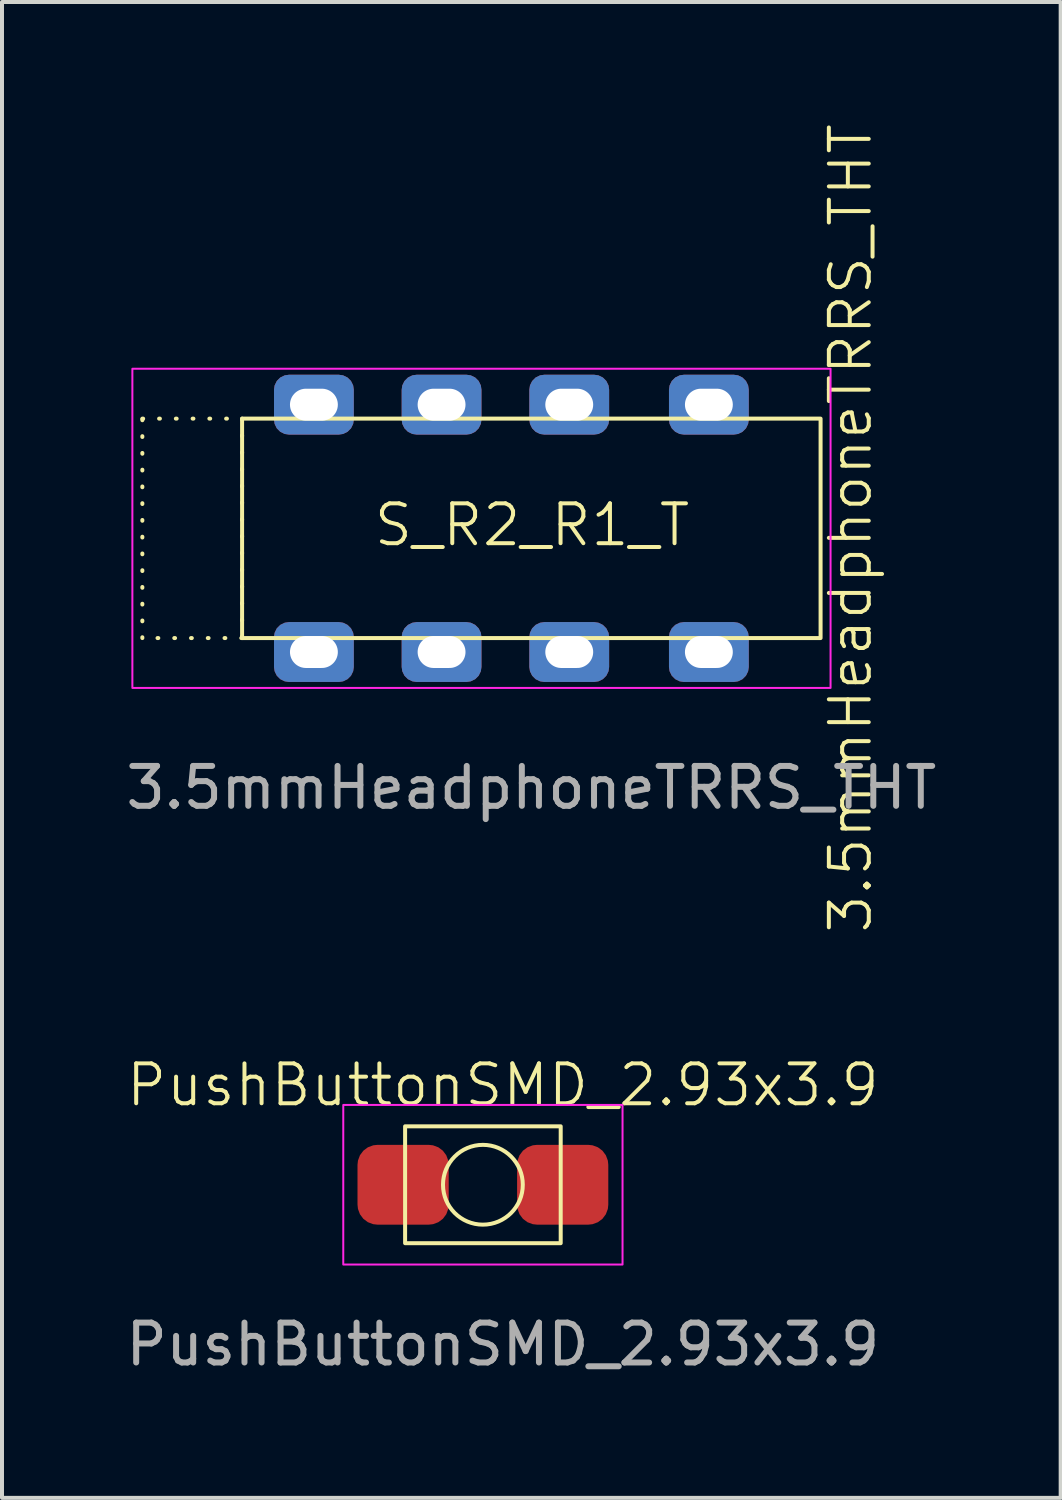
<source format=kicad_pcb>
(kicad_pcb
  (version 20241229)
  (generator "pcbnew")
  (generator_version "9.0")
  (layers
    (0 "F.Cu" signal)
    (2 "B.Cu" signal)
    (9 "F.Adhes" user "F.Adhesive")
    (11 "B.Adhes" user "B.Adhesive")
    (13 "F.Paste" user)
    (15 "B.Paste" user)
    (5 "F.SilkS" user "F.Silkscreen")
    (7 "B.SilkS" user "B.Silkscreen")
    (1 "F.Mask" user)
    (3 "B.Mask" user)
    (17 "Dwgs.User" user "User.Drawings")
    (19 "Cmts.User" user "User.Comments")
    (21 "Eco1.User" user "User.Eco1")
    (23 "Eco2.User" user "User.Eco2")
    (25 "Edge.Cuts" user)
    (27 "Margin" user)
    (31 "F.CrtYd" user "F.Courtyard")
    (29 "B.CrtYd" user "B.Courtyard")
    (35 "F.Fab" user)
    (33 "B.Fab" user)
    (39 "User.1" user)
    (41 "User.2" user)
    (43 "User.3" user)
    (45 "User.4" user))
  (footprint "PushButtonSMD_2.93x3.9"
    (layer "F.Cu")
    (at 9.054 26.646)
    (property "Reference" "PushButtonSMD_2.93x3.9" (at 0.5 -2.5 0) (unlocked yes) (layer "F.SilkS") (effects (font (size 1 1) (thickness 0.1))))
    (attr smd)
    (fp_rect (start -1.95 -1.465) (end 1.95 1.465) (stroke (width 0.1) (type default)) (fill no) (layer "F.SilkS"))
    (fp_circle (center 0 0) (end 1 0) (stroke (width 0.1) (type default)) (fill no) (layer "F.SilkS"))
    (fp_rect (start -3.5 -2) (end 3.5 2) (stroke (width 0.05) (type default)) (fill no) (layer "F.CrtYd"))
    (fp_text user "${REFERENCE}" (at 0.5 4 0) (unlocked yes) (layer "F.Fab") (effects (font (size 1 1) (thickness 0.15))))
    (pad "1" smd roundrect (at -2 0) (size 2.286 2) (layers "F.Cu" "F.Mask" "F.Paste") (roundrect_rratio 0.25))
    (pad "2" smd roundrect (at 2 0) (size 2.286 2) (layers "F.Cu" "F.Mask" "F.Paste") (roundrect_rratio 0.25)))
  (footprint "3.5mmHeadphoneTRRS_THT"
    (layer "F.Cu")
    (at 10.268 10.193)
    (property "Reference" "3.5mmHeadphoneTRRS_THT" (at 8 0 90) (unlocked yes) (layer "F.SilkS") (effects (font (size 1 1) (thickness 0.1))))
    (attr through_hole)
    (fp_rect (start -9.75 -2.75) (end -7.25 2.75) (stroke (width 0.1) (type dot)) (fill no) (layer "F.SilkS"))
    (fp_rect (start -7.25 -2.75) (end 7.25 2.75) (stroke (width 0.1) (type default)) (fill no) (layer "F.SilkS"))
    (fp_rect (start -10 -4) (end 7.5 4) (stroke (width 0.05) (type default)) (fill no) (layer "F.CrtYd"))
    (fp_text user "S_R2_R1_T" (at -4 0.5 0) (unlocked yes) (layer "F.SilkS") (effects (font (size 1 1) (thickness 0.1)) (justify left bottom)))
    (fp_text user "${REFERENCE}" (at 0 6.5 0) (unlocked yes) (layer "F.Fab") (effects (font (size 1 1) (thickness 0.15))))
    (pad "R1" thru_hole roundrect (at 0.95 -3.1) (size 2 1.5) (drill oval 1.2 0.8) (layers "*.Cu" "*.Mask") (roundrect_rratio 0.25))
    (pad "R1" thru_hole roundrect (at 0.95 3.1) (size 2 1.5) (drill oval 1.2 0.8) (layers "*.Cu" "*.Mask") (roundrect_rratio 0.25))
    (pad "R2" thru_hole roundrect (at -2.25 -3.1) (size 2 1.5) (drill oval 1.2 0.8) (layers "*.Cu" "*.Mask") (roundrect_rratio 0.25))
    (pad "R2" thru_hole roundrect (at -2.25 3.1) (size 2 1.5) (drill oval 1.2 0.8) (layers "*.Cu" "*.Mask") (roundrect_rratio 0.25))
    (pad "S" thru_hole roundrect (at -5.45 -3.1) (size 2 1.5) (drill oval 1.2 0.8) (layers "*.Cu" "*.Mask") (roundrect_rratio 0.25))
    (pad "S" thru_hole roundrect (at -5.45 3.1) (size 2 1.5) (drill oval 1.2 0.8) (layers "*.Cu" "*.Mask") (roundrect_rratio 0.25))
    (pad "T" thru_hole roundrect (at 4.45 -3.1) (size 2 1.5) (drill oval 1.2 0.8) (layers "*.Cu" "*.Mask") (roundrect_rratio 0.25))
    (pad "T" thru_hole roundrect (at 4.45 3.1) (size 2 1.5) (drill oval 1.2 0.8) (layers "*.Cu" "*.Mask") (roundrect_rratio 0.25)))
  (gr_rect
    (start -3 -3)
    (end 23.536 34.494)
    (stroke (width 0.1) (type default))
    (fill no)
    (layer "Edge.Cuts")))
</source>
